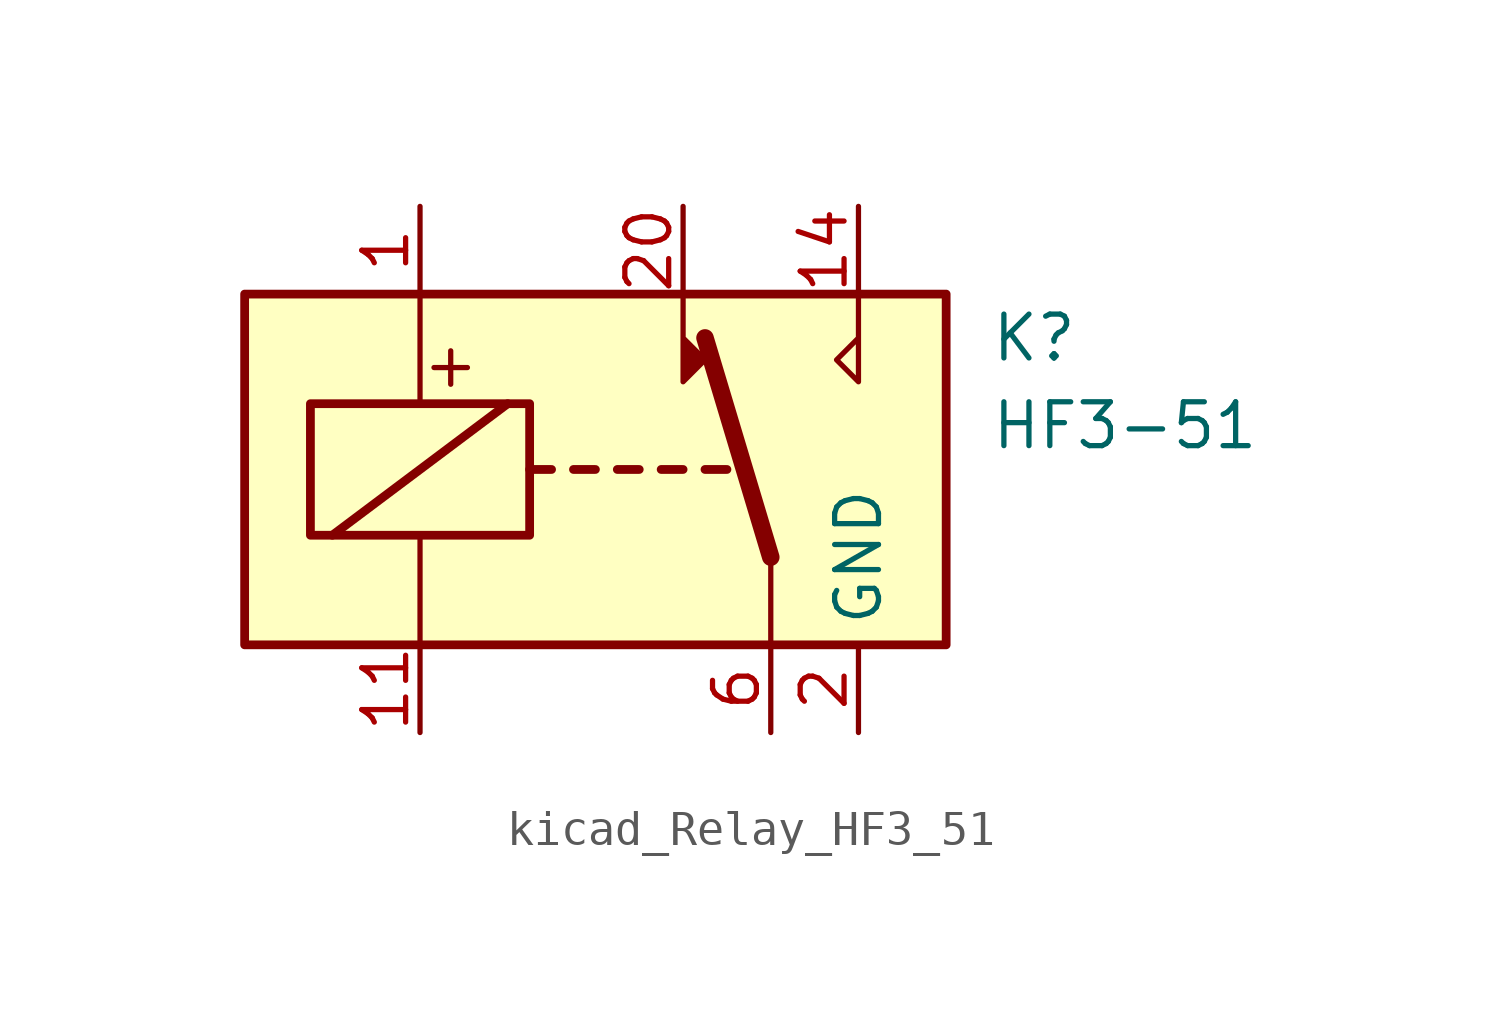
<source format=kicad_sym>
(kicad_symbol_lib
  (version 20220914)
  (generator kicad_symbol_editor)
  (symbol "kicad_Relay_HF3_51"
    (property "Reference" "K"
      (at 11.43 3.81 0)
      (effects (font (size 1.27 1.27)) (justify left)))
    (property "Value" "HF3-51"
      (at 11.43 1.27 0)
      (effects (font (size 1.27 1.27)) (justify left)))
    (symbol "kicad_Relay_HF3_51_0_0"
      (polyline (pts (xy 7.62 5.08) (xy 7.62 2.54) (xy 6.985 3.175) (xy 7.62 3.81)) (stroke (width 0) (type default)) (fill (type none)))
      (text "+" (at -4.191 3.048 0) (effects (font (size 1.27 1.27)))))
    (symbol "kicad_Relay_HF3_51_0_1"
      (rectangle (start -10.16 5.08) (end 10.16 -5.08) (stroke (width 0.254) (type default)) (fill (type background)))
      (rectangle (start -8.255 1.905) (end -1.905 -1.905) (stroke (width 0.254) (type default)) (fill (type none)))
      (polyline (pts (xy -7.62 -1.905) (xy -2.54 1.905)) (stroke (width 0.254) (type default)) (fill (type none)))
      (polyline (pts (xy -5.08 -5.08) (xy -5.08 -1.905)) (stroke (width 0) (type default)) (fill (type none)))
      (polyline (pts (xy -5.08 5.08) (xy -5.08 1.905)) (stroke (width 0) (type default)) (fill (type none)))
      (polyline (pts (xy -1.905 0) (xy -1.27 0)) (stroke (width 0.254) (type default)) (fill (type none)))
      (polyline (pts (xy -0.635 0) (xy 0 0)) (stroke (width 0.254) (type default)) (fill (type none)))
      (polyline (pts (xy 0.635 0) (xy 1.27 0)) (stroke (width 0.254) (type default)) (fill (type none)))
      (polyline (pts (xy 1.905 0) (xy 2.54 0)) (stroke (width 0.254) (type default)) (fill (type none)))
      (polyline (pts (xy 3.175 0) (xy 3.81 0)) (stroke (width 0.254) (type default)) (fill (type none)))
      (polyline (pts (xy 5.08 -2.54) (xy 3.175 3.81)) (stroke (width 0.508) (type default)) (fill (type none)))
      (polyline (pts (xy 5.08 -2.54) (xy 5.08 -5.08)) (stroke (width 0) (type default)) (fill (type none)))
      (polyline (pts (xy 2.54 5.08) (xy 2.54 2.54) (xy 3.175 3.175) (xy 2.54 3.81)) (stroke (width 0) (type default)) (fill (type outline))))
    (symbol "kicad_Relay_HF3_51_1_1"
      (pin passive line (at -5.08 7.62 270) (length 2.54) (name "~" (effects (font (size 1.27 1.27)))) (number "1" (effects (font (size 1.27 1.27)))))
      (pin passive line (at 7.62 -7.62 90) (length 2.54) hide (name "GND" (effects (font (size 1.27 1.27)))) (number "10" (effects (font (size 1.27 1.27)))))
      (pin passive line (at -5.08 -7.62 90) (length 2.54) (name "~" (effects (font (size 1.27 1.27)))) (number "11" (effects (font (size 1.27 1.27)))))
      (pin passive line (at 7.62 -7.62 90) (length 2.54) hide (name "GND" (effects (font (size 1.27 1.27)))) (number "12" (effects (font (size 1.27 1.27)))))
      (pin passive line (at 7.62 -7.62 90) (length 2.54) hide (name "GND" (effects (font (size 1.27 1.27)))) (number "13" (effects (font (size 1.27 1.27)))))
      (pin passive line (at 7.62 7.62 270) (length 2.54) (name "~" (effects (font (size 1.27 1.27)))) (number "14" (effects (font (size 1.27 1.27)))))
      (pin passive line (at 7.62 -7.62 90) (length 2.54) hide (name "GND" (effects (font (size 1.27 1.27)))) (number "15" (effects (font (size 1.27 1.27)))))
      (pin passive line (at 7.62 -7.62 90) (length 2.54) hide (name "GND" (effects (font (size 1.27 1.27)))) (number "17" (effects (font (size 1.27 1.27)))))
      (pin passive line (at 7.62 -7.62 90) (length 2.54) hide (name "GND" (effects (font (size 1.27 1.27)))) (number "19" (effects (font (size 1.27 1.27)))))
      (pin power_in line (at 7.62 -7.62 90) (length 2.54) (name "GND" (effects (font (size 1.27 1.27)))) (number "2" (effects (font (size 1.27 1.27)))))
      (pin passive line (at 2.54 7.62 270) (length 2.54) (name "~" (effects (font (size 1.27 1.27)))) (number "20" (effects (font (size 1.27 1.27)))))
      (pin passive line (at 7.62 -7.62 90) (length 2.54) hide (name "GND" (effects (font (size 1.27 1.27)))) (number "21" (effects (font (size 1.27 1.27)))))
      (pin passive line (at 7.62 -7.62 90) (length 2.54) hide (name "GND" (effects (font (size 1.27 1.27)))) (number "22" (effects (font (size 1.27 1.27)))))
      (pin passive line (at 7.62 -7.62 90) (length 2.54) hide (name "GND" (effects (font (size 1.27 1.27)))) (number "5" (effects (font (size 1.27 1.27)))))
      (pin passive line (at 5.08 -7.62 90) (length 2.54) (name "~" (effects (font (size 1.27 1.27)))) (number "6" (effects (font (size 1.27 1.27)))))
      (pin passive line (at 7.62 -7.62 90) (length 2.54) hide (name "GND" (effects (font (size 1.27 1.27)))) (number "7" (effects (font (size 1.27 1.27))))))))
</source>
